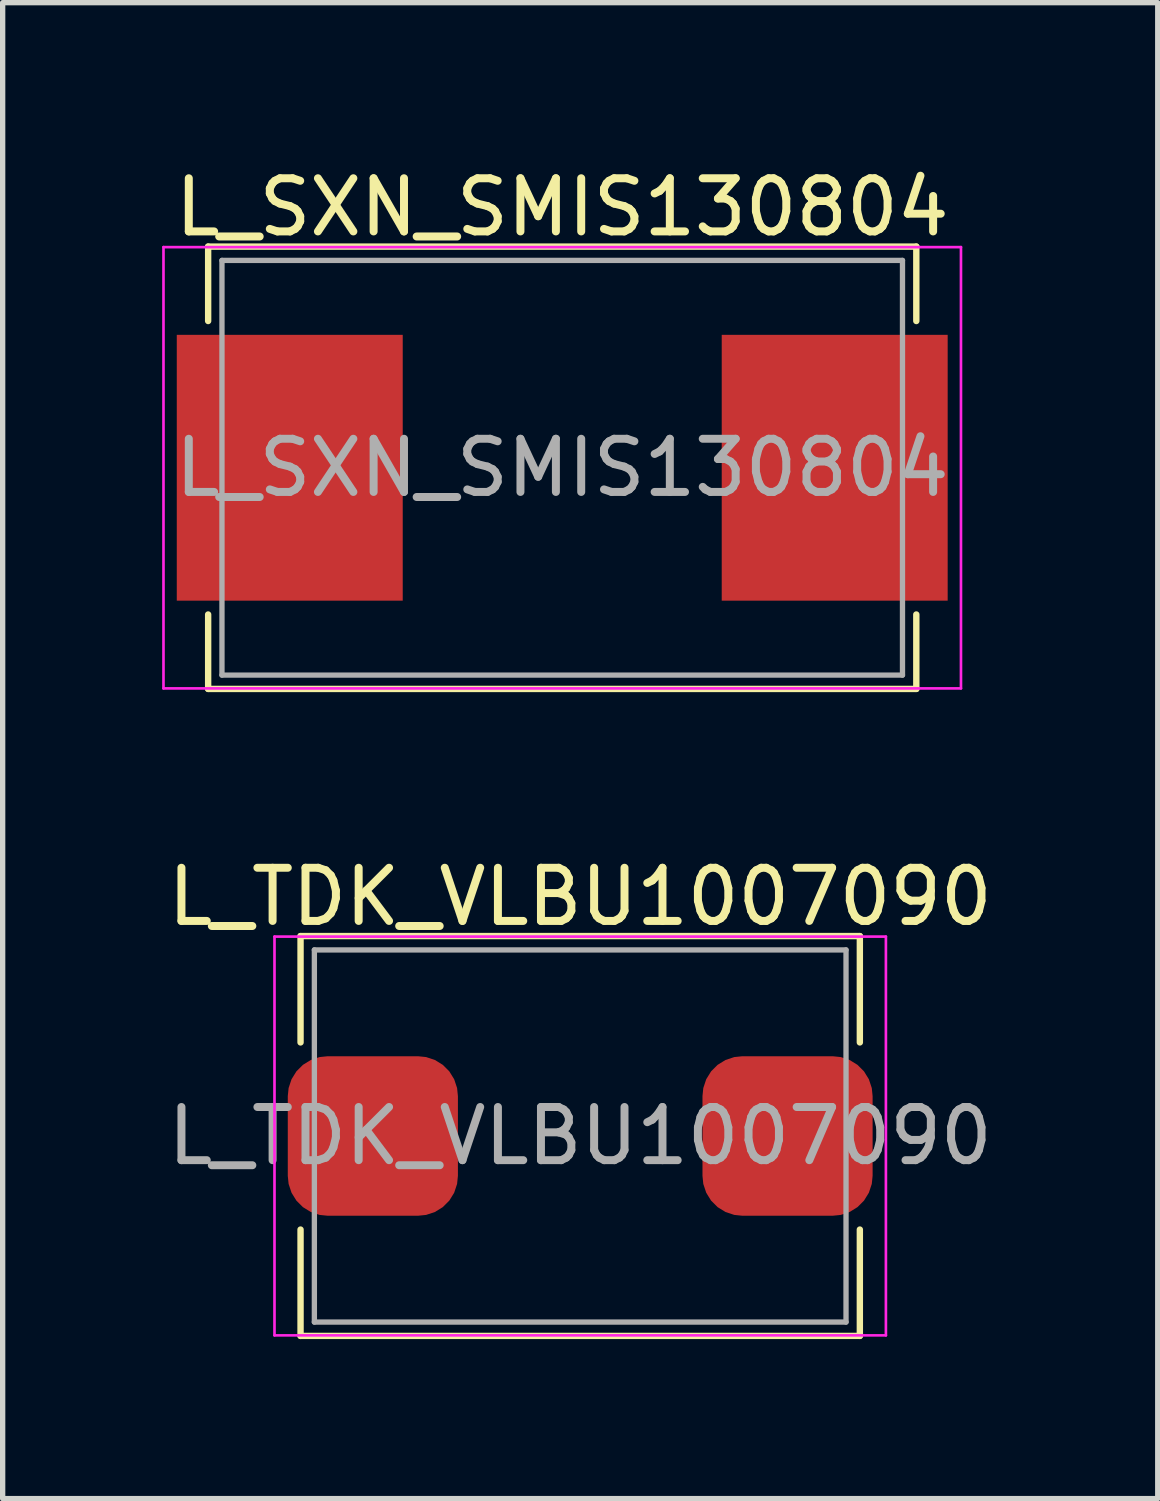
<source format=kicad_pcb>
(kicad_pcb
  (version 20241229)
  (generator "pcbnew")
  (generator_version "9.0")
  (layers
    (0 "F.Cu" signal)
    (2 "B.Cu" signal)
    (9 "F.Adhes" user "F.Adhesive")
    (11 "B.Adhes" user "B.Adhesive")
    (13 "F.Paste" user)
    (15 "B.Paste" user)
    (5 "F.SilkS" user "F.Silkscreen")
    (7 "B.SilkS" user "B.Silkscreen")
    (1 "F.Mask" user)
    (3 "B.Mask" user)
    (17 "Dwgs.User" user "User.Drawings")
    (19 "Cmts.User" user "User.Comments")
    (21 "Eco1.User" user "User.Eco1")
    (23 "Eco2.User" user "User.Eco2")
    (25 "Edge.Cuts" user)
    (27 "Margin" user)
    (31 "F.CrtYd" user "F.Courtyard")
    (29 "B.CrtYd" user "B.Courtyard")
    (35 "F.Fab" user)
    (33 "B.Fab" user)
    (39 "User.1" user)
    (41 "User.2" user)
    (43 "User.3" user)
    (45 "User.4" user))
  (footprint "L_TDK_VLBU1007090"
    (layer "F.Cu")
    (at 7.863 18.317)
    (property "Reference" "L_TDK_VLBU1007090" (at 0 -4.5 0) (layer "F.SilkS") (effects (font (size 1 1) (thickness 0.15))))
    (attr smd)
    (fp_line (start -5.26 -3.76) (end -5.26 -1.76) (stroke (width 0.12) (type solid)) (layer "F.SilkS"))
    (fp_line (start -5.26 -3.76) (end 5.26 -3.76) (stroke (width 0.12) (type solid)) (layer "F.SilkS"))
    (fp_line (start -5.26 3.76) (end -5.26 1.76) (stroke (width 0.12) (type solid)) (layer "F.SilkS"))
    (fp_line (start -5.26 3.76) (end 5.26 3.76) (stroke (width 0.12) (type solid)) (layer "F.SilkS"))
    (fp_line (start 5.26 -3.76) (end 5.26 -1.76) (stroke (width 0.12) (type solid)) (layer "F.SilkS"))
    (fp_line (start 5.26 3.76) (end 5.26 1.76) (stroke (width 0.12) (type solid)) (layer "F.SilkS"))
    (fp_line (start -5.75 -3.75) (end -5.75 3.75) (stroke (width 0.05) (type solid)) (layer "F.CrtYd"))
    (fp_line (start -5.75 3.75) (end 5.75 3.75) (stroke (width 0.05) (type solid)) (layer "F.CrtYd"))
    (fp_line (start 5.75 -3.75) (end -5.75 -3.75) (stroke (width 0.05) (type solid)) (layer "F.CrtYd"))
    (fp_line (start 5.75 3.75) (end 5.75 -3.75) (stroke (width 0.05) (type solid)) (layer "F.CrtYd"))
    (fp_line (start -5 -3.5) (end -5 3.5) (stroke (width 0.1) (type solid)) (layer "F.Fab"))
    (fp_line (start -5 3.5) (end 5 3.5) (stroke (width 0.1) (type solid)) (layer "F.Fab"))
    (fp_line (start 5 -3.5) (end -5 -3.5) (stroke (width 0.1) (type solid)) (layer "F.Fab"))
    (fp_line (start 5 3.5) (end 5 -3.5) (stroke (width 0.1) (type solid)) (layer "F.Fab"))
    (fp_text user "${REFERENCE}" (at 0 0 0) (layer "F.Fab") (effects (font (size 1 1) (thickness 0.15))))
    (pad "1" smd roundrect (at -3.9 0) (size 3.2 3) (layers "F.Cu" "F.Mask" "F.Paste") (roundrect_rratio 0.25))
    (pad "2" smd roundrect (at 3.9 0) (size 3.2 3) (layers "F.Cu" "F.Mask" "F.Paste") (roundrect_rratio 0.25)))
  (footprint "L_SXN_SMIS130804"
    (layer "F.Cu")
    (at 7.525 5.748)
    (property "Reference" "L_SXN_SMIS130804" (at 0 -4.9 0) (layer "F.SilkS") (effects (font (size 1 1) (thickness 0.15))))
    (attr smd)
    (fp_line (start -6.66 -4.16) (end -6.66 -2.76) (stroke (width 0.12) (type solid)) (layer "F.SilkS"))
    (fp_line (start -6.66 -4.16) (end 6.66 -4.16) (stroke (width 0.12) (type solid)) (layer "F.SilkS"))
    (fp_line (start -6.66 4.16) (end -6.66 2.76) (stroke (width 0.12) (type solid)) (layer "F.SilkS"))
    (fp_line (start -6.66 4.16) (end 6.66 4.16) (stroke (width 0.12) (type solid)) (layer "F.SilkS"))
    (fp_line (start 6.66 -4.16) (end 6.66 -2.76) (stroke (width 0.12) (type solid)) (layer "F.SilkS"))
    (fp_line (start 6.66 4.16) (end 6.66 2.76) (stroke (width 0.12) (type solid)) (layer "F.SilkS"))
    (fp_line (start -7.5 -4.15) (end -7.5 4.15) (stroke (width 0.05) (type solid)) (layer "F.CrtYd"))
    (fp_line (start -7.5 4.15) (end 7.5 4.15) (stroke (width 0.05) (type solid)) (layer "F.CrtYd"))
    (fp_line (start 7.5 -4.15) (end -7.5 -4.15) (stroke (width 0.05) (type solid)) (layer "F.CrtYd"))
    (fp_line (start 7.5 4.15) (end 7.5 -4.15) (stroke (width 0.05) (type solid)) (layer "F.CrtYd"))
    (fp_line (start -6.4 -3.9) (end -6.4 3.9) (stroke (width 0.1) (type solid)) (layer "F.Fab"))
    (fp_line (start -6.4 3.9) (end 6.4 3.9) (stroke (width 0.1) (type solid)) (layer "F.Fab"))
    (fp_line (start 6.4 -3.9) (end -6.4 -3.9) (stroke (width 0.1) (type solid)) (layer "F.Fab"))
    (fp_line (start 6.4 3.9) (end 6.4 -3.9) (stroke (width 0.1) (type solid)) (layer "F.Fab"))
    (fp_text user "${REFERENCE}" (at 0 0 0) (layer "F.Fab") (effects (font (size 1 1) (thickness 0.15))))
    (pad "1" smd rect (at -5.125 0) (size 4.25 5) (layers "F.Cu" "F.Mask" "F.Paste"))
    (pad "2" smd rect (at 5.125 0) (size 4.25 5) (layers "F.Cu" "F.Mask" "F.Paste")))
  (gr_rect
    (start -3 -3)
    (end 18.726 25.137)
    (stroke (width 0.1) (type default))
    (fill no)
    (layer "Edge.Cuts")))
</source>
